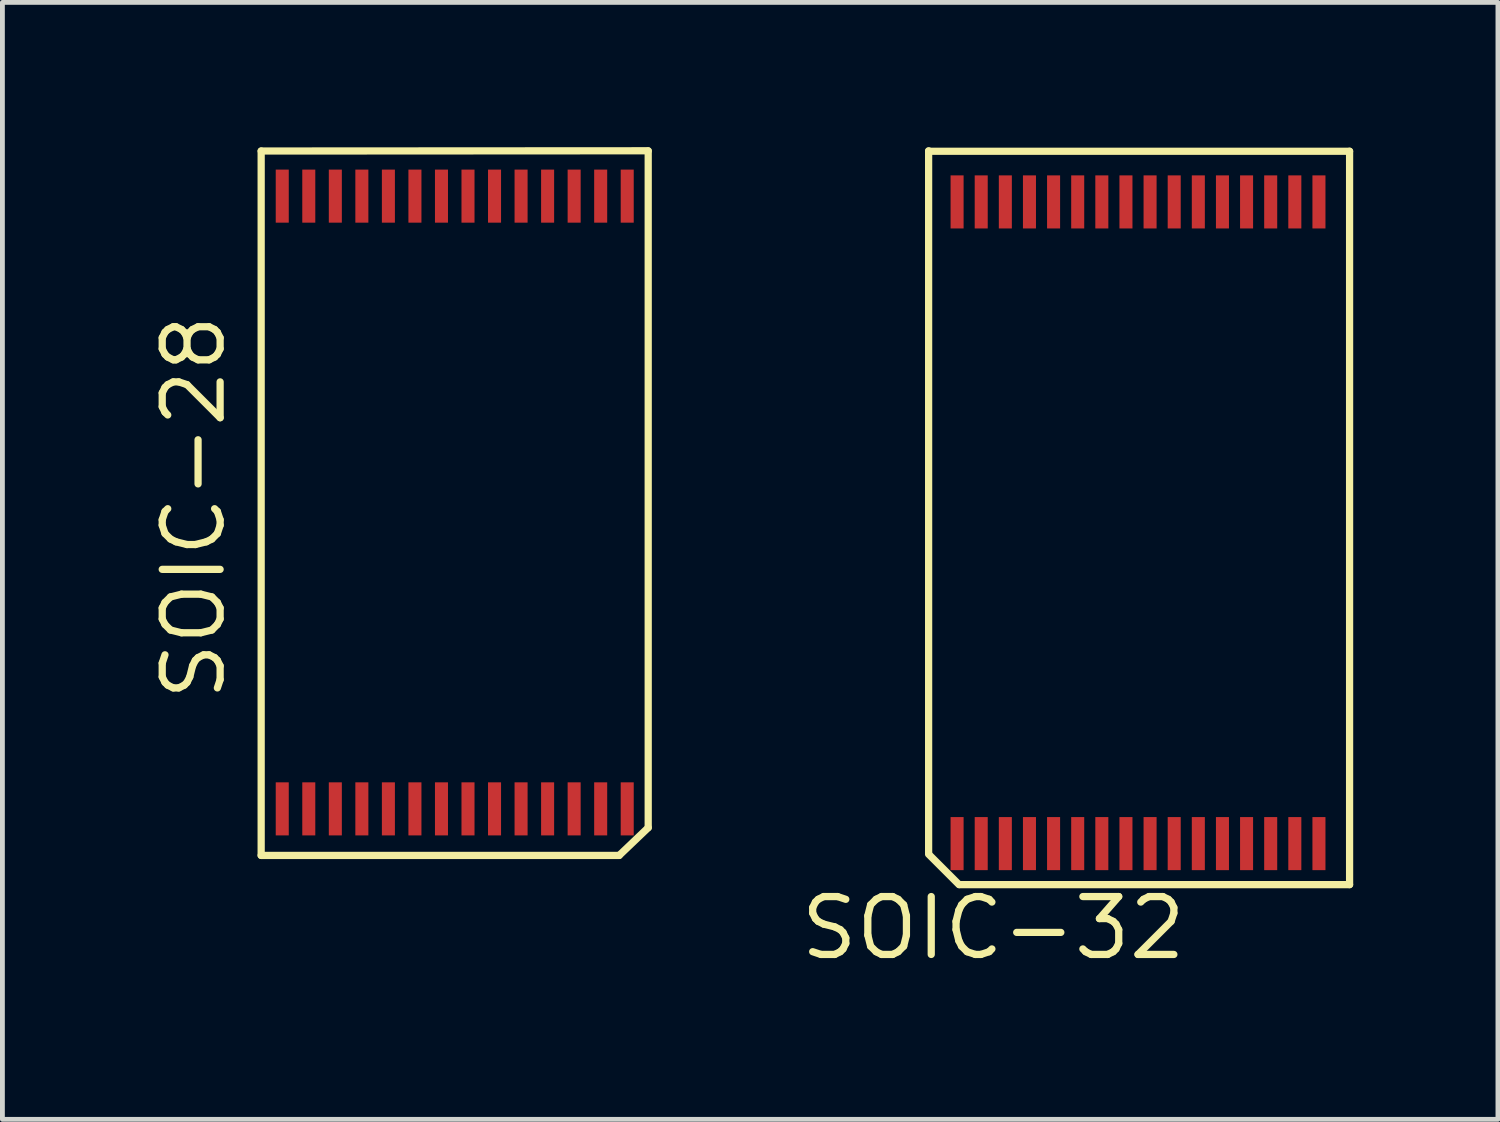
<source format=kicad_pcb>
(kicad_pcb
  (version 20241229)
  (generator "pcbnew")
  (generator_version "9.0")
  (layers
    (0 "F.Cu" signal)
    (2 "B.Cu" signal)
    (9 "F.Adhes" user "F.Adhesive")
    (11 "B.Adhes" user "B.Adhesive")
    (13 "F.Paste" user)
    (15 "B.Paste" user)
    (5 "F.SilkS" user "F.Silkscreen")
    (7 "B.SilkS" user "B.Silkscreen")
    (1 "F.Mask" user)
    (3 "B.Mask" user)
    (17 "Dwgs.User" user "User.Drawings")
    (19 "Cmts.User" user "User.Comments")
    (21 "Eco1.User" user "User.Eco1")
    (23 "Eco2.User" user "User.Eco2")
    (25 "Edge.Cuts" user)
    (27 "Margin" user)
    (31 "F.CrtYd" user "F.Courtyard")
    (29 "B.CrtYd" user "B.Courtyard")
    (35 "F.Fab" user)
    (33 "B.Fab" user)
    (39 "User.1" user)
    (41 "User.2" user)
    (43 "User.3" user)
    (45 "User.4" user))
  (footprint "SOIC-32"
    (layer "F.Cu")
    (at 20.537 7.685)
    (property "Reference" "SOIC-32" (at -3 8.5 180) (layer "F.SilkS") (effects (font (size 1.2 1.2) (thickness 0.15))))
    (attr through_hole)
    (fp_line (start -4.34 -7.61) (end -4.34 6.94) (stroke (width 0.15) (type solid)) (layer "F.SilkS"))
    (fp_line (start -4.34 6.97) (end -3.71 7.6) (stroke (width 0.15) (type solid)) (layer "F.SilkS"))
    (fp_line (start -3.7 7.6) (end 4.385 7.6) (stroke (width 0.15) (type solid)) (layer "F.SilkS"))
    (fp_line (start 4.385 -7.6) (end -4.34 -7.6) (stroke (width 0.15) (type solid)) (layer "F.SilkS"))
    (fp_line (start 4.385 7.6) (end 4.385 -7.6) (stroke (width 0.15) (type solid)) (layer "F.SilkS"))
    (pad "1" smd rect (at -3.75 6.75) (size 0.27 1.1) (layers "F.Cu" "F.Mask" "F.Paste"))
    (pad "2" smd rect (at -3.25 6.75) (size 0.27 1.1) (layers "F.Cu" "F.Mask" "F.Paste"))
    (pad "3" smd rect (at -2.75 6.75) (size 0.27 1.1) (layers "F.Cu" "F.Mask" "F.Paste"))
    (pad "4" smd rect (at -2.25 6.75) (size 0.27 1.1) (layers "F.Cu" "F.Mask" "F.Paste"))
    (pad "5" smd rect (at -1.75 6.75) (size 0.27 1.1) (layers "F.Cu" "F.Mask" "F.Paste"))
    (pad "6" smd rect (at -1.25 6.75) (size 0.27 1.1) (layers "F.Cu" "F.Mask" "F.Paste"))
    (pad "7" smd rect (at -0.75 6.75) (size 0.27 1.1) (layers "F.Cu" "F.Mask" "F.Paste"))
    (pad "8" smd rect (at -0.25 6.75) (size 0.27 1.1) (layers "F.Cu" "F.Mask" "F.Paste"))
    (pad "9" smd rect (at 0.25 6.75) (size 0.27 1.1) (layers "F.Cu" "F.Mask" "F.Paste"))
    (pad "10" smd rect (at 0.75 6.75) (size 0.27 1.1) (layers "F.Cu" "F.Mask" "F.Paste"))
    (pad "11" smd rect (at 1.25 6.75) (size 0.27 1.1) (layers "F.Cu" "F.Mask" "F.Paste"))
    (pad "12" smd rect (at 1.75 6.75) (size 0.27 1.1) (layers "F.Cu" "F.Mask" "F.Paste"))
    (pad "13" smd rect (at 2.25 6.75) (size 0.27 1.1) (layers "F.Cu" "F.Mask" "F.Paste"))
    (pad "14" smd rect (at 2.75 6.75) (size 0.27 1.1) (layers "F.Cu" "F.Mask" "F.Paste"))
    (pad "15" smd rect (at 3.25 6.75) (size 0.27 1.1) (layers "F.Cu" "F.Mask" "F.Paste"))
    (pad "16" smd rect (at 3.75 6.75) (size 0.27 1.1) (layers "F.Cu" "F.Mask" "F.Paste"))
    (pad "17" smd rect (at 3.75 -6.55) (size 0.27 1.1) (layers "F.Cu" "F.Mask" "F.Paste"))
    (pad "18" smd rect (at 3.25 -6.55) (size 0.27 1.1) (layers "F.Cu" "F.Mask" "F.Paste"))
    (pad "19" smd rect (at 2.75 -6.55) (size 0.27 1.1) (layers "F.Cu" "F.Mask" "F.Paste"))
    (pad "20" smd rect (at 2.25 -6.55) (size 0.27 1.1) (layers "F.Cu" "F.Mask" "F.Paste"))
    (pad "21" smd rect (at 1.75 -6.55) (size 0.27 1.1) (layers "F.Cu" "F.Mask" "F.Paste"))
    (pad "22" smd rect (at 1.25 -6.55) (size 0.27 1.1) (layers "F.Cu" "F.Mask" "F.Paste"))
    (pad "23" smd rect (at 0.75 -6.55) (size 0.27 1.1) (layers "F.Cu" "F.Mask" "F.Paste"))
    (pad "24" smd rect (at 0.25 -6.55) (size 0.27 1.1) (layers "F.Cu" "F.Mask" "F.Paste"))
    (pad "25" smd rect (at -0.25 -6.55) (size 0.27 1.1) (layers "F.Cu" "F.Mask" "F.Paste"))
    (pad "26" smd rect (at -0.75 -6.55) (size 0.27 1.1) (layers "F.Cu" "F.Mask" "F.Paste"))
    (pad "27" smd rect (at -1.25 -6.55) (size 0.27 1.1) (layers "F.Cu" "F.Mask" "F.Paste"))
    (pad "28" smd rect (at -1.75 -6.55) (size 0.27 1.1) (layers "F.Cu" "F.Mask" "F.Paste"))
    (pad "29" smd rect (at -2.25 -6.55) (size 0.27 1.1) (layers "F.Cu" "F.Mask" "F.Paste"))
    (pad "30" smd rect (at -2.75 -6.55) (size 0.27 1.1) (layers "F.Cu" "F.Mask" "F.Paste"))
    (pad "31" smd rect (at -3.25 -6.55) (size 0.27 1.1) (layers "F.Cu" "F.Mask" "F.Paste"))
    (pad "32" smd rect (at -3.75 -6.55) (size 0.27 1.1) (layers "F.Cu" "F.Mask" "F.Paste")))
  (footprint "SOIC-28"
    (layer "F.Cu")
    (at 6.375 7.465)
    (property "Reference" "SOIC-28" (at -5.41 0 90) (layer "F.SilkS") (effects (font (size 1.2 1.2) (thickness 0.15))))
    (attr through_hole)
    (fp_line (start -4.012 -7.385) (end -4.012 7.215) (stroke (width 0.15) (type solid)) (layer "F.SilkS"))
    (fp_line (start -4.012 7.215) (end 3.408 7.215) (stroke (width 0.15) (type solid)) (layer "F.SilkS"))
    (fp_line (start 3.408 7.215) (end 4.01 6.64) (stroke (width 0.15) (type solid)) (layer "F.SilkS"))
    (fp_line (start 4.01 -7.39) (end -4.012 -7.385) (stroke (width 0.15) (type solid)) (layer "F.SilkS"))
    (fp_line (start 4.01 6.64) (end 4.01 -7.385) (stroke (width 0.15) (type solid)) (layer "F.SilkS"))
    (pad "1" smd rect (at 0.275 6.25) (size 0.27 1.1) (layers "F.Cu" "F.Mask" "F.Paste"))
    (pad "2" smd rect (at 0.825 6.25) (size 0.27 1.1) (layers "F.Cu" "F.Mask" "F.Paste"))
    (pad "3" smd rect (at 1.375 6.25) (size 0.27 1.1) (layers "F.Cu" "F.Mask" "F.Paste"))
    (pad "4" smd rect (at 1.925 6.25) (size 0.27 1.1) (layers "F.Cu" "F.Mask" "F.Paste"))
    (pad "5" smd rect (at 2.475 6.25) (size 0.27 1.1) (layers "F.Cu" "F.Mask" "F.Paste"))
    (pad "6" smd rect (at 3.025 6.25) (size 0.27 1.1) (layers "F.Cu" "F.Mask" "F.Paste"))
    (pad "7" smd rect (at 3.575 6.25) (size 0.27 1.1) (layers "F.Cu" "F.Mask" "F.Paste"))
    (pad "8" smd rect (at 3.575 -6.45) (size 0.27 1.1) (layers "F.Cu" "F.Mask" "F.Paste"))
    (pad "9" smd rect (at 3.025 -6.45) (size 0.27 1.1) (layers "F.Cu" "F.Mask" "F.Paste"))
    (pad "10" smd rect (at 2.475 -6.45) (size 0.27 1.1) (layers "F.Cu" "F.Mask" "F.Paste"))
    (pad "11" smd rect (at 1.925 -6.45) (size 0.27 1.1) (layers "F.Cu" "F.Mask" "F.Paste"))
    (pad "12" smd rect (at 1.375 -6.45) (size 0.27 1.1) (layers "F.Cu" "F.Mask" "F.Paste"))
    (pad "13" smd rect (at 0.825 -6.45) (size 0.27 1.1) (layers "F.Cu" "F.Mask" "F.Paste"))
    (pad "14" smd rect (at 0.275 -6.45) (size 0.27 1.1) (layers "F.Cu" "F.Mask" "F.Paste"))
    (pad "15" smd rect (at -0.275 -6.45) (size 0.27 1.1) (layers "F.Cu" "F.Mask" "F.Paste"))
    (pad "16" smd rect (at -0.825 -6.45) (size 0.27 1.1) (layers "F.Cu" "F.Mask" "F.Paste"))
    (pad "17" smd rect (at -1.375 -6.45) (size 0.27 1.1) (layers "F.Cu" "F.Mask" "F.Paste"))
    (pad "18" smd rect (at -1.925 -6.45) (size 0.27 1.1) (layers "F.Cu" "F.Mask" "F.Paste"))
    (pad "19" smd rect (at -2.475 -6.45) (size 0.27 1.1) (layers "F.Cu" "F.Mask" "F.Paste"))
    (pad "20" smd rect (at -3.025 -6.45) (size 0.27 1.1) (layers "F.Cu" "F.Mask" "F.Paste"))
    (pad "21" smd rect (at -3.575 -6.45) (size 0.27 1.1) (layers "F.Cu" "F.Mask" "F.Paste"))
    (pad "22" smd rect (at -3.575 6.25) (size 0.27 1.1) (layers "F.Cu" "F.Mask" "F.Paste"))
    (pad "23" smd rect (at -3.025 6.25) (size 0.27 1.1) (layers "F.Cu" "F.Mask" "F.Paste"))
    (pad "24" smd rect (at -2.475 6.25) (size 0.27 1.1) (layers "F.Cu" "F.Mask" "F.Paste"))
    (pad "25" smd rect (at -1.925 6.25) (size 0.27 1.1) (layers "F.Cu" "F.Mask" "F.Paste"))
    (pad "26" smd rect (at -1.375 6.25) (size 0.27 1.1) (layers "F.Cu" "F.Mask" "F.Paste"))
    (pad "27" smd rect (at -0.825 6.25) (size 0.27 1.1) (layers "F.Cu" "F.Mask" "F.Paste"))
    (pad "28" smd rect (at -0.275 6.25) (size 0.27 1.1) (layers "F.Cu" "F.Mask" "F.Paste")))
  (gr_rect
    (start -3 -3)
    (end 27.997 20.15)
    (stroke (width 0.1) (type default))
    (fill no)
    (layer "Edge.Cuts")))
</source>
